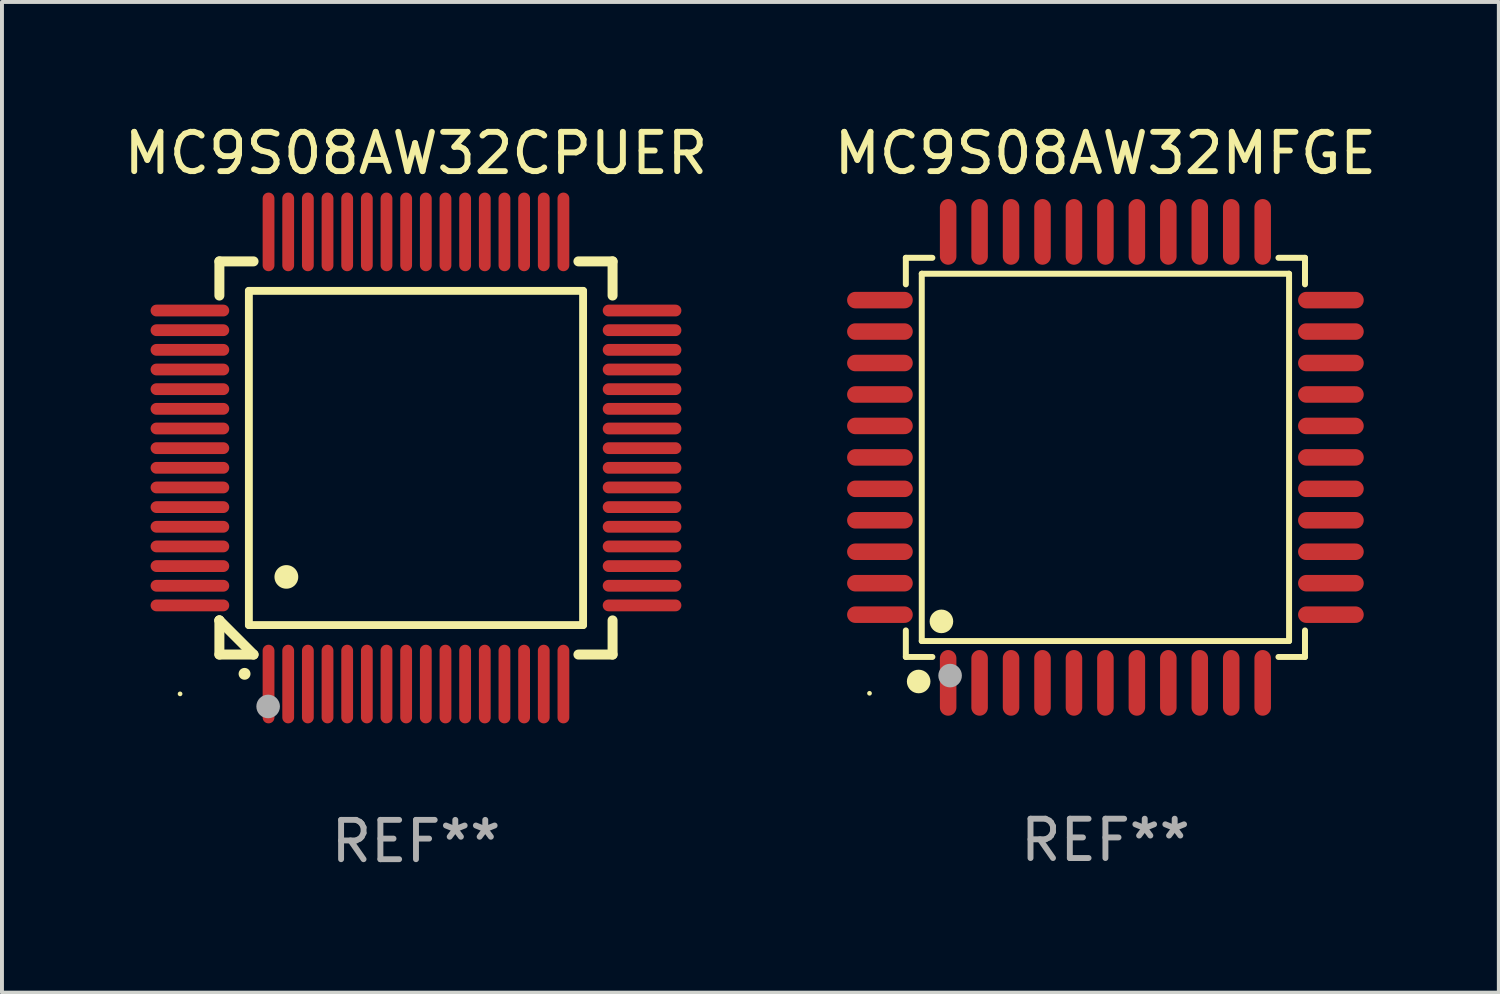
<source format=kicad_pcb>
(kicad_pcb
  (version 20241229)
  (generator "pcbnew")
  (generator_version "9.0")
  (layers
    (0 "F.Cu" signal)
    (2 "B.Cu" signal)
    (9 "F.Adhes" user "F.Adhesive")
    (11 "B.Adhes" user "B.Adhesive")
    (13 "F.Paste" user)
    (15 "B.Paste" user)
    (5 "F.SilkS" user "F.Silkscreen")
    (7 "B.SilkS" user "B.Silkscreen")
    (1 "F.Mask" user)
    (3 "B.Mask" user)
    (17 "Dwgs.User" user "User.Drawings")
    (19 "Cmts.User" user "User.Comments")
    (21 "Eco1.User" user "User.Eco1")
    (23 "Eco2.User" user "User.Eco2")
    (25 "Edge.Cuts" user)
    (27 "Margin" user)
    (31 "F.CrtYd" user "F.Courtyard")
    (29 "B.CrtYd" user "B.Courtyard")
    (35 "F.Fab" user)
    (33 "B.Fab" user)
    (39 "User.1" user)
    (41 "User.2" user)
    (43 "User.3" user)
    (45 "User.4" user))
  (footprint "MC9S08AW32MFGE"
    (layer "F.Cu")
    (at 25.065 8.583)
    (property "Reference" "MC9S08AW32MFGE" (at 0 -7.735 0) (layer "F.SilkS") (effects (font (size 1 1) (thickness 0.15))))
    (attr through_hole)
    (fp_line (start -5.076 -5.076) (end -4.401 -5.076) (stroke (width 0.152) (type solid)) (layer "F.SilkS"))
    (fp_line (start -5.076 -4.401) (end -5.076 -5.076) (stroke (width 0.152) (type solid)) (layer "F.SilkS"))
    (fp_line (start -5.076 4.401) (end -5.076 5.076) (stroke (width 0.152) (type solid)) (layer "F.SilkS"))
    (fp_line (start -5.076 5.076) (end -4.401 5.076) (stroke (width 0.152) (type solid)) (layer "F.SilkS"))
    (fp_line (start -4.671 -4.671) (end 4.671 -4.671) (stroke (width 0.152) (type solid)) (layer "F.SilkS"))
    (fp_line (start -4.671 4.671) (end -4.671 -4.671) (stroke (width 0.152) (type solid)) (layer "F.SilkS"))
    (fp_line (start 4.671 -4.671) (end 4.671 4.671) (stroke (width 0.152) (type solid)) (layer "F.SilkS"))
    (fp_line (start 4.671 4.671) (end -4.671 4.671) (stroke (width 0.152) (type solid)) (layer "F.SilkS"))
    (fp_line (start 5.076 -5.076) (end 4.401 -5.076) (stroke (width 0.152) (type solid)) (layer "F.SilkS"))
    (fp_line (start 5.076 -4.401) (end 5.076 -5.076) (stroke (width 0.152) (type solid)) (layer "F.SilkS"))
    (fp_line (start 5.076 4.401) (end 5.076 5.076) (stroke (width 0.152) (type solid)) (layer "F.SilkS"))
    (fp_line (start 5.076 5.076) (end 4.401 5.076) (stroke (width 0.152) (type solid)) (layer "F.SilkS"))
    (fp_circle (center -6 6) (end -5.97 6) (stroke (width 0.06) (type solid)) (fill no) (layer "F.SilkS"))
    (fp_circle (center -4.75 5.7) (end -4.6 5.7) (stroke (width 0.3) (type solid)) (fill no) (layer "F.SilkS"))
    (fp_circle (center -4.171 4.171) (end -4.021 4.171) (stroke (width 0.3) (type solid)) (fill no) (layer "F.SilkS"))
    (fp_circle (center -3.95 5.55) (end -3.8 5.55) (stroke (width 0.3) (type solid)) (fill no) (layer "F.Fab"))
    (fp_text user "REF**" (at 0 9.735 0) (layer "F.Fab") (effects (font (size 1 1) (thickness 0.15))))
    (pad "1" smd oval (at -4 5.735) (size 0.42 1.67) (layers "F.Cu" "F.Mask" "F.Paste"))
    (pad "2" smd oval (at -3.2 5.735) (size 0.42 1.67) (layers "F.Cu" "F.Mask" "F.Paste"))
    (pad "3" smd oval (at -2.4 5.735) (size 0.42 1.67) (layers "F.Cu" "F.Mask" "F.Paste"))
    (pad "4" smd oval (at -1.6 5.735) (size 0.42 1.67) (layers "F.Cu" "F.Mask" "F.Paste"))
    (pad "5" smd oval (at -0.8 5.735) (size 0.42 1.67) (layers "F.Cu" "F.Mask" "F.Paste"))
    (pad "6" smd oval (at 0 5.735) (size 0.42 1.67) (layers "F.Cu" "F.Mask" "F.Paste"))
    (pad "7" smd oval (at 0.8 5.735) (size 0.42 1.67) (layers "F.Cu" "F.Mask" "F.Paste"))
    (pad "8" smd oval (at 1.6 5.735) (size 0.42 1.67) (layers "F.Cu" "F.Mask" "F.Paste"))
    (pad "9" smd oval (at 2.4 5.735) (size 0.42 1.67) (layers "F.Cu" "F.Mask" "F.Paste"))
    (pad "10" smd oval (at 3.2 5.735) (size 0.42 1.67) (layers "F.Cu" "F.Mask" "F.Paste"))
    (pad "11" smd oval (at 4 5.735) (size 0.42 1.67) (layers "F.Cu" "F.Mask" "F.Paste"))
    (pad "12" smd oval (at 5.735 4) (size 1.67 0.42) (layers "F.Cu" "F.Mask" "F.Paste"))
    (pad "13" smd oval (at 5.735 3.2) (size 1.67 0.42) (layers "F.Cu" "F.Mask" "F.Paste"))
    (pad "14" smd oval (at 5.735 2.4) (size 1.67 0.42) (layers "F.Cu" "F.Mask" "F.Paste"))
    (pad "15" smd oval (at 5.735 1.6) (size 1.67 0.42) (layers "F.Cu" "F.Mask" "F.Paste"))
    (pad "16" smd oval (at 5.735 0.8) (size 1.67 0.42) (layers "F.Cu" "F.Mask" "F.Paste"))
    (pad "17" smd oval (at 5.735 0) (size 1.67 0.42) (layers "F.Cu" "F.Mask" "F.Paste"))
    (pad "18" smd oval (at 5.735 -0.8) (size 1.67 0.42) (layers "F.Cu" "F.Mask" "F.Paste"))
    (pad "19" smd oval (at 5.735 -1.6) (size 1.67 0.42) (layers "F.Cu" "F.Mask" "F.Paste"))
    (pad "20" smd oval (at 5.735 -2.4) (size 1.67 0.42) (layers "F.Cu" "F.Mask" "F.Paste"))
    (pad "21" smd oval (at 5.735 -3.2) (size 1.67 0.42) (layers "F.Cu" "F.Mask" "F.Paste"))
    (pad "22" smd oval (at 5.735 -4) (size 1.67 0.42) (layers "F.Cu" "F.Mask" "F.Paste"))
    (pad "23" smd oval (at 4 -5.735) (size 0.42 1.67) (layers "F.Cu" "F.Mask" "F.Paste"))
    (pad "24" smd oval (at 3.2 -5.735) (size 0.42 1.67) (layers "F.Cu" "F.Mask" "F.Paste"))
    (pad "25" smd oval (at 2.4 -5.735) (size 0.42 1.67) (layers "F.Cu" "F.Mask" "F.Paste"))
    (pad "26" smd oval (at 1.6 -5.735) (size 0.42 1.67) (layers "F.Cu" "F.Mask" "F.Paste"))
    (pad "27" smd oval (at 0.8 -5.735) (size 0.42 1.67) (layers "F.Cu" "F.Mask" "F.Paste"))
    (pad "28" smd oval (at 0 -5.735) (size 0.42 1.67) (layers "F.Cu" "F.Mask" "F.Paste"))
    (pad "29" smd oval (at -0.8 -5.735) (size 0.42 1.67) (layers "F.Cu" "F.Mask" "F.Paste"))
    (pad "30" smd oval (at -1.6 -5.735) (size 0.42 1.67) (layers "F.Cu" "F.Mask" "F.Paste"))
    (pad "31" smd oval (at -2.4 -5.735) (size 0.42 1.67) (layers "F.Cu" "F.Mask" "F.Paste"))
    (pad "32" smd oval (at -3.2 -5.735) (size 0.42 1.67) (layers "F.Cu" "F.Mask" "F.Paste"))
    (pad "33" smd oval (at -4 -5.735) (size 0.42 1.67) (layers "F.Cu" "F.Mask" "F.Paste"))
    (pad "34" smd oval (at -5.735 -4) (size 1.67 0.42) (layers "F.Cu" "F.Mask" "F.Paste"))
    (pad "35" smd oval (at -5.735 -3.2) (size 1.67 0.42) (layers "F.Cu" "F.Mask" "F.Paste"))
    (pad "36" smd oval (at -5.735 -2.4) (size 1.67 0.42) (layers "F.Cu" "F.Mask" "F.Paste"))
    (pad "37" smd oval (at -5.735 -1.6) (size 1.67 0.42) (layers "F.Cu" "F.Mask" "F.Paste"))
    (pad "38" smd oval (at -5.735 -0.8) (size 1.67 0.42) (layers "F.Cu" "F.Mask" "F.Paste"))
    (pad "39" smd oval (at -5.735 0) (size 1.67 0.42) (layers "F.Cu" "F.Mask" "F.Paste"))
    (pad "40" smd oval (at -5.735 0.8) (size 1.67 0.42) (layers "F.Cu" "F.Mask" "F.Paste"))
    (pad "41" smd oval (at -5.735 1.6) (size 1.67 0.42) (layers "F.Cu" "F.Mask" "F.Paste"))
    (pad "42" smd oval (at -5.735 2.4) (size 1.67 0.42) (layers "F.Cu" "F.Mask" "F.Paste"))
    (pad "43" smd oval (at -5.735 3.2) (size 1.67 0.42) (layers "F.Cu" "F.Mask" "F.Paste"))
    (pad "44" smd oval (at -5.735 4) (size 1.67 0.42) (layers "F.Cu" "F.Mask" "F.Paste")))
  (footprint "MC9S08AW32CPUER"
    (layer "F.Cu")
    (at 7.53 8.598)
    (property "Reference" "MC9S08AW32CPUER" (at 0 -7.75 0) (layer "F.SilkS") (effects (font (size 1 1) (thickness 0.15))))
    (attr through_hole)
    (fp_line (start -5 -5) (end -4.131 -5) (stroke (width 0.254) (type solid)) (layer "F.SilkS"))
    (fp_line (start -5 -4.131) (end -5 -5) (stroke (width 0.254) (type solid)) (layer "F.SilkS"))
    (fp_line (start -5 4.131) (end -5 4.131) (stroke (width 0.254) (type solid)) (layer "F.SilkS"))
    (fp_line (start -5 5) (end -5 4.131) (stroke (width 0.254) (type solid)) (layer "F.SilkS"))
    (fp_line (start -5 4.131) (end -4.131 5) (stroke (width 0.254) (type solid)) (layer "F.SilkS"))
    (fp_line (start -4.25 -4.25) (end -4.25 4.25) (stroke (width 0.2) (type solid)) (layer "F.SilkS"))
    (fp_line (start -4.25 4.25) (end 4.25 4.25) (stroke (width 0.2) (type solid)) (layer "F.SilkS"))
    (fp_line (start -4.131 5) (end -5 5) (stroke (width 0.254) (type solid)) (layer "F.SilkS"))
    (fp_line (start 4.25 -4.25) (end -4.25 -4.25) (stroke (width 0.2) (type solid)) (layer "F.SilkS"))
    (fp_line (start 4.25 4.25) (end 4.25 -4.25) (stroke (width 0.2) (type solid)) (layer "F.SilkS"))
    (fp_line (start 5 -5) (end 4.131 -5) (stroke (width 0.254) (type solid)) (layer "F.SilkS"))
    (fp_line (start 5 -5) (end 5 -4.131) (stroke (width 0.254) (type solid)) (layer "F.SilkS"))
    (fp_line (start 5 4.131) (end 5 5) (stroke (width 0.254) (type solid)) (layer "F.SilkS"))
    (fp_line (start 5 5) (end 4.131 5) (stroke (width 0.254) (type solid)) (layer "F.SilkS"))
    (fp_arc (start -4.361265 5.489992) (mid -4.359995 5.489987) (end -4.358725 5.489992) (stroke (width 0.3) (type solid)) (layer "F.SilkS"))
    (fp_arc (start -3.299467 3.025146) (mid -3.296927 3.025135) (end -3.294387 3.025146) (stroke (width 0.6) (type solid)) (layer "F.SilkS"))
    (fp_circle (center -6 6) (end -5.97 6) (stroke (width 0.06) (type solid)) (fill no) (layer "F.SilkS"))
    (fp_circle (center -3.76 6.32) (end -3.61 6.32) (stroke (width 0.3) (type solid)) (fill no) (layer "F.Fab"))
    (fp_text user "REF**" (at 0 9.75 0) (layer "F.Fab") (effects (font (size 1 1) (thickness 0.15))))
    (pad "1" smd oval (at -3.75 5.75) (size 0.3 2) (layers "F.Cu" "F.Mask" "F.Paste"))
    (pad "2" smd oval (at -3.25 5.75) (size 0.3 2) (layers "F.Cu" "F.Mask" "F.Paste"))
    (pad "3" smd oval (at -2.75 5.75) (size 0.3 2) (layers "F.Cu" "F.Mask" "F.Paste"))
    (pad "4" smd oval (at -2.25 5.75) (size 0.3 2) (layers "F.Cu" "F.Mask" "F.Paste"))
    (pad "5" smd oval (at -1.75 5.75) (size 0.3 2) (layers "F.Cu" "F.Mask" "F.Paste"))
    (pad "6" smd oval (at -1.25 5.75) (size 0.3 2) (layers "F.Cu" "F.Mask" "F.Paste"))
    (pad "7" smd oval (at -0.75 5.75) (size 0.3 2) (layers "F.Cu" "F.Mask" "F.Paste"))
    (pad "8" smd oval (at -0.25 5.75) (size 0.3 2) (layers "F.Cu" "F.Mask" "F.Paste"))
    (pad "9" smd oval (at 0.25 5.75) (size 0.3 2) (layers "F.Cu" "F.Mask" "F.Paste"))
    (pad "10" smd oval (at 0.75 5.75) (size 0.3 2) (layers "F.Cu" "F.Mask" "F.Paste"))
    (pad "11" smd oval (at 1.25 5.75) (size 0.3 2) (layers "F.Cu" "F.Mask" "F.Paste"))
    (pad "12" smd oval (at 1.75 5.75) (size 0.3 2) (layers "F.Cu" "F.Mask" "F.Paste"))
    (pad "13" smd oval (at 2.25 5.75) (size 0.3 2) (layers "F.Cu" "F.Mask" "F.Paste"))
    (pad "14" smd oval (at 2.75 5.75) (size 0.3 2) (layers "F.Cu" "F.Mask" "F.Paste"))
    (pad "15" smd oval (at 3.25 5.75) (size 0.3 2) (layers "F.Cu" "F.Mask" "F.Paste"))
    (pad "16" smd oval (at 3.75 5.75) (size 0.3 2) (layers "F.Cu" "F.Mask" "F.Paste"))
    (pad "17" smd oval (at 5.75 3.75) (size 2 0.3) (layers "F.Cu" "F.Mask" "F.Paste"))
    (pad "18" smd oval (at 5.75 3.25) (size 2 0.3) (layers "F.Cu" "F.Mask" "F.Paste"))
    (pad "19" smd oval (at 5.75 2.75) (size 2 0.3) (layers "F.Cu" "F.Mask" "F.Paste"))
    (pad "20" smd oval (at 5.75 2.25) (size 2 0.3) (layers "F.Cu" "F.Mask" "F.Paste"))
    (pad "21" smd oval (at 5.75 1.75) (size 2 0.3) (layers "F.Cu" "F.Mask" "F.Paste"))
    (pad "22" smd oval (at 5.75 1.25) (size 2 0.3) (layers "F.Cu" "F.Mask" "F.Paste"))
    (pad "23" smd oval (at 5.75 0.75) (size 2 0.3) (layers "F.Cu" "F.Mask" "F.Paste"))
    (pad "24" smd oval (at 5.75 0.25) (size 2 0.3) (layers "F.Cu" "F.Mask" "F.Paste"))
    (pad "25" smd oval (at 5.75 -0.25) (size 2 0.3) (layers "F.Cu" "F.Mask" "F.Paste"))
    (pad "26" smd oval (at 5.75 -0.75) (size 2 0.3) (layers "F.Cu" "F.Mask" "F.Paste"))
    (pad "27" smd oval (at 5.75 -1.25) (size 2 0.3) (layers "F.Cu" "F.Mask" "F.Paste"))
    (pad "28" smd oval (at 5.75 -1.75) (size 2 0.3) (layers "F.Cu" "F.Mask" "F.Paste"))
    (pad "29" smd oval (at 5.75 -2.25) (size 2 0.3) (layers "F.Cu" "F.Mask" "F.Paste"))
    (pad "30" smd oval (at 5.75 -2.75) (size 2 0.3) (layers "F.Cu" "F.Mask" "F.Paste"))
    (pad "31" smd oval (at 5.75 -3.25) (size 2 0.3) (layers "F.Cu" "F.Mask" "F.Paste"))
    (pad "32" smd oval (at 5.75 -3.75) (size 2 0.3) (layers "F.Cu" "F.Mask" "F.Paste"))
    (pad "33" smd oval (at 3.75 -5.75) (size 0.3 2) (layers "F.Cu" "F.Mask" "F.Paste"))
    (pad "34" smd oval (at 3.25 -5.75) (size 0.3 2) (layers "F.Cu" "F.Mask" "F.Paste"))
    (pad "35" smd oval (at 2.75 -5.75) (size 0.3 2) (layers "F.Cu" "F.Mask" "F.Paste"))
    (pad "36" smd oval (at 2.25 -5.75) (size 0.3 2) (layers "F.Cu" "F.Mask" "F.Paste"))
    (pad "37" smd oval (at 1.75 -5.75) (size 0.3 2) (layers "F.Cu" "F.Mask" "F.Paste"))
    (pad "38" smd oval (at 1.25 -5.75) (size 0.3 2) (layers "F.Cu" "F.Mask" "F.Paste"))
    (pad "39" smd oval (at 0.75 -5.75) (size 0.3 2) (layers "F.Cu" "F.Mask" "F.Paste"))
    (pad "40" smd oval (at 0.25 -5.75) (size 0.3 2) (layers "F.Cu" "F.Mask" "F.Paste"))
    (pad "41" smd oval (at -0.25 -5.75) (size 0.3 2) (layers "F.Cu" "F.Mask" "F.Paste"))
    (pad "42" smd oval (at -0.75 -5.75) (size 0.3 2) (layers "F.Cu" "F.Mask" "F.Paste"))
    (pad "43" smd oval (at -1.25 -5.75) (size 0.3 2) (layers "F.Cu" "F.Mask" "F.Paste"))
    (pad "44" smd oval (at -1.75 -5.75) (size 0.3 2) (layers "F.Cu" "F.Mask" "F.Paste"))
    (pad "45" smd oval (at -2.25 -5.75) (size 0.3 2) (layers "F.Cu" "F.Mask" "F.Paste"))
    (pad "46" smd oval (at -2.75 -5.75) (size 0.3 2) (layers "F.Cu" "F.Mask" "F.Paste"))
    (pad "47" smd oval (at -3.25 -5.75) (size 0.3 2) (layers "F.Cu" "F.Mask" "F.Paste"))
    (pad "48" smd oval (at -3.75 -5.75) (size 0.3 2) (layers "F.Cu" "F.Mask" "F.Paste"))
    (pad "49" smd oval (at -5.75 -3.75) (size 2 0.3) (layers "F.Cu" "F.Mask" "F.Paste"))
    (pad "50" smd oval (at -5.75 -3.25) (size 2 0.3) (layers "F.Cu" "F.Mask" "F.Paste"))
    (pad "51" smd oval (at -5.75 -2.75) (size 2 0.3) (layers "F.Cu" "F.Mask" "F.Paste"))
    (pad "52" smd oval (at -5.75 -2.25) (size 2 0.3) (layers "F.Cu" "F.Mask" "F.Paste"))
    (pad "53" smd oval (at -5.75 -1.75) (size 2 0.3) (layers "F.Cu" "F.Mask" "F.Paste"))
    (pad "54" smd oval (at -5.75 -1.25) (size 2 0.3) (layers "F.Cu" "F.Mask" "F.Paste"))
    (pad "55" smd oval (at -5.75 -0.75) (size 2 0.3) (layers "F.Cu" "F.Mask" "F.Paste"))
    (pad "56" smd oval (at -5.75 -0.25) (size 2 0.3) (layers "F.Cu" "F.Mask" "F.Paste"))
    (pad "57" smd oval (at -5.75 0.25) (size 2 0.3) (layers "F.Cu" "F.Mask" "F.Paste"))
    (pad "58" smd oval (at -5.75 0.75) (size 2 0.3) (layers "F.Cu" "F.Mask" "F.Paste"))
    (pad "59" smd oval (at -5.75 1.25) (size 2 0.3) (layers "F.Cu" "F.Mask" "F.Paste"))
    (pad "60" smd oval (at -5.75 1.75) (size 2 0.3) (layers "F.Cu" "F.Mask" "F.Paste"))
    (pad "61" smd oval (at -5.75 2.25) (size 2 0.3) (layers "F.Cu" "F.Mask" "F.Paste"))
    (pad "62" smd oval (at -5.75 2.75) (size 2 0.3) (layers "F.Cu" "F.Mask" "F.Paste"))
    (pad "63" smd oval (at -5.75 3.25) (size 2 0.3) (layers "F.Cu" "F.Mask" "F.Paste"))
    (pad "64" smd oval (at -5.75 3.75) (size 2 0.3) (layers "F.Cu" "F.Mask" "F.Paste")))
  (gr_rect
    (start -3 -3)
    (end 35.071 22.196)
    (stroke (width 0.1) (type default))
    (fill no)
    (layer "Edge.Cuts")))
</source>
